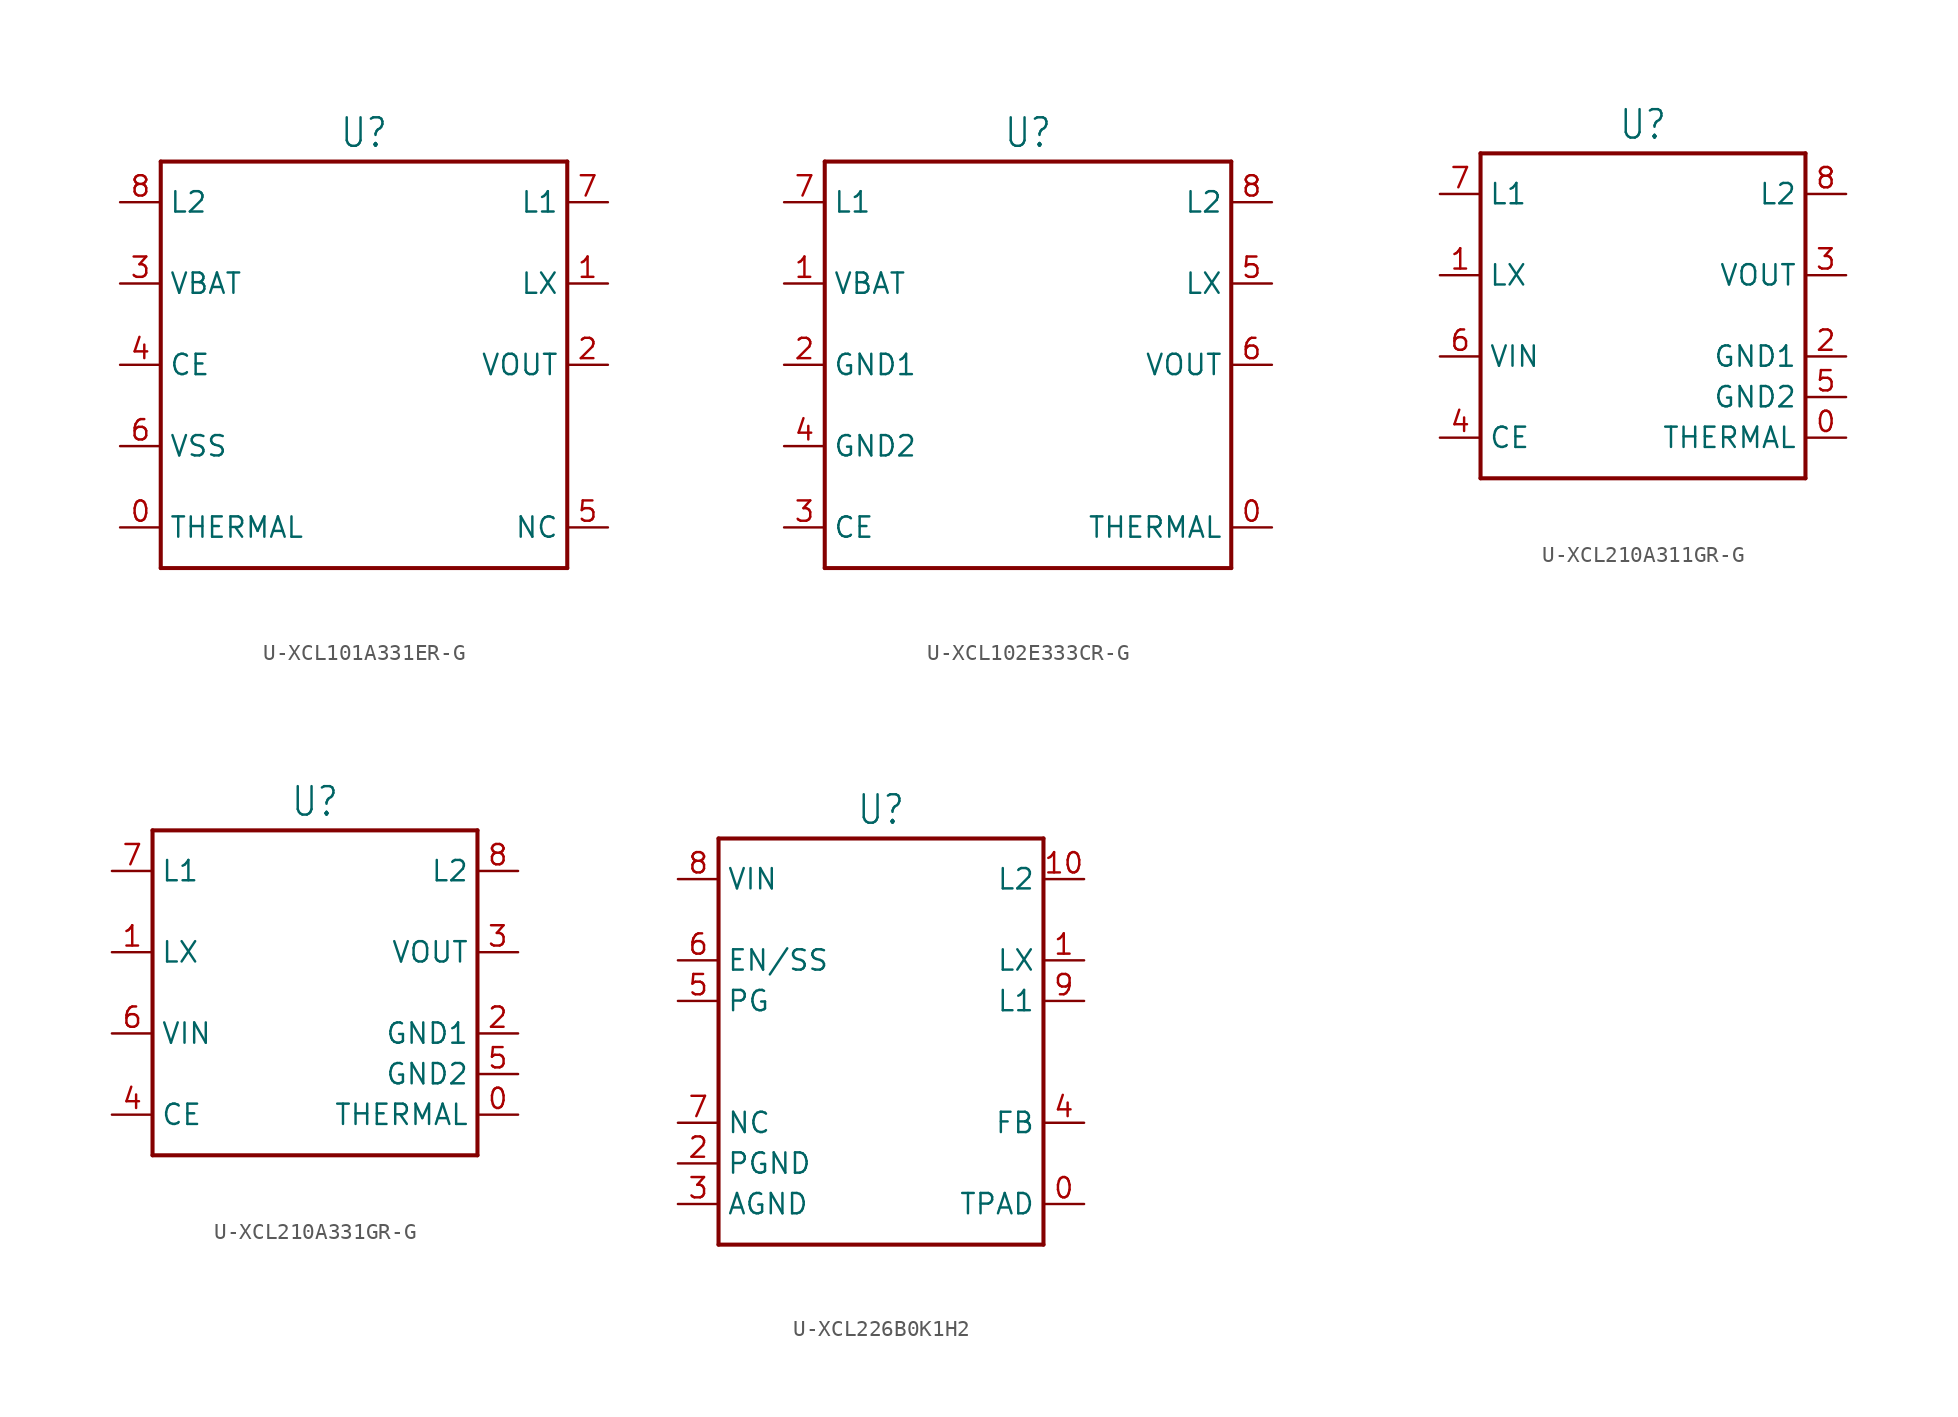
<source format=kicad_sym>
(kicad_symbol_lib
  (version 20231120)
  (generator "kicad_symbol_editor")
  (generator_version "8.0")
  (symbol "U-XCL101A331ER-G"
    (property "Reference" "U"
      (at 0 13.462 0)
      (effects (font (size 1.778 1.511)) (justify bottom)))
    (property "Value" ""
      (at 0 -13.462 0)
      (effects (font (size 1.778 1.511)) (justify top)))
    (property "ki_locked" ""
      (at 0 0 0)
      (effects (font (size 1.27 1.27))))
    (symbol "U-XCL101A331ER-G_1_0"
      (polyline (pts (xy -12.7 -12.7) (xy -12.7 12.7)) (stroke (width 0.254) (type solid)) (fill (type none)))
      (polyline (pts (xy -12.7 12.7) (xy 12.7 12.7)) (stroke (width 0.254) (type solid)) (fill (type none)))
      (polyline (pts (xy 12.7 -12.7) (xy -12.7 -12.7)) (stroke (width 0.254) (type solid)) (fill (type none)))
      (polyline (pts (xy 12.7 12.7) (xy 12.7 -12.7)) (stroke (width 0.254) (type solid)) (fill (type none)))
      (pin passive line (at -15.24 -10.16 0) (length 2.54) (name "THERMAL" (effects (font (size 1.27 1.27)))) (number "0" (effects (font (size 1.27 1.27)))))
      (pin passive line (at 15.24 5.08 180) (length 2.54) (name "LX" (effects (font (size 1.27 1.27)))) (number "1" (effects (font (size 1.27 1.27)))))
      (pin passive line (at 15.24 0 180) (length 2.54) (name "VOUT" (effects (font (size 1.27 1.27)))) (number "2" (effects (font (size 1.27 1.27)))))
      (pin passive line (at -15.24 5.08 0) (length 2.54) (name "VBAT" (effects (font (size 1.27 1.27)))) (number "3" (effects (font (size 1.27 1.27)))))
      (pin passive line (at -15.24 0 0) (length 2.54) (name "CE" (effects (font (size 1.27 1.27)))) (number "4" (effects (font (size 1.27 1.27)))))
      (pin passive line (at 15.24 -10.16 180) (length 2.54) (name "NC" (effects (font (size 1.27 1.27)))) (number "5" (effects (font (size 1.27 1.27)))))
      (pin passive line (at -15.24 -5.08 0) (length 2.54) (name "VSS" (effects (font (size 1.27 1.27)))) (number "6" (effects (font (size 1.27 1.27)))))
      (pin passive line (at 15.24 10.16 180) (length 2.54) (name "L1" (effects (font (size 1.27 1.27)))) (number "7" (effects (font (size 1.27 1.27)))))
      (pin passive line (at -15.24 10.16 0) (length 2.54) (name "L2" (effects (font (size 1.27 1.27)))) (number "8" (effects (font (size 1.27 1.27)))))))
  (symbol "U-XCL102E333CR-G"
    (property "Reference" "U"
      (at 0 13.462 0)
      (effects (font (size 1.778 1.511)) (justify bottom)))
    (property "Value" ""
      (at 0 -13.462 0)
      (effects (font (size 1.778 1.511)) (justify top)))
    (property "ki_locked" ""
      (at 0 0 0)
      (effects (font (size 1.27 1.27))))
    (symbol "U-XCL102E333CR-G_1_0"
      (polyline (pts (xy -12.7 -12.7) (xy -12.7 12.7)) (stroke (width 0.254) (type solid)) (fill (type none)))
      (polyline (pts (xy -12.7 12.7) (xy 12.7 12.7)) (stroke (width 0.254) (type solid)) (fill (type none)))
      (polyline (pts (xy 12.7 -12.7) (xy -12.7 -12.7)) (stroke (width 0.254) (type solid)) (fill (type none)))
      (polyline (pts (xy 12.7 12.7) (xy 12.7 -12.7)) (stroke (width 0.254) (type solid)) (fill (type none)))
      (pin passive line (at 15.24 -10.16 180) (length 2.54) (name "THERMAL" (effects (font (size 1.27 1.27)))) (number "0" (effects (font (size 1.27 1.27)))))
      (pin passive line (at -15.24 5.08 0) (length 2.54) (name "VBAT" (effects (font (size 1.27 1.27)))) (number "1" (effects (font (size 1.27 1.27)))))
      (pin passive line (at -15.24 0 0) (length 2.54) (name "GND1" (effects (font (size 1.27 1.27)))) (number "2" (effects (font (size 1.27 1.27)))))
      (pin passive line (at -15.24 -10.16 0) (length 2.54) (name "CE" (effects (font (size 1.27 1.27)))) (number "3" (effects (font (size 1.27 1.27)))))
      (pin passive line (at -15.24 -5.08 0) (length 2.54) (name "GND2" (effects (font (size 1.27 1.27)))) (number "4" (effects (font (size 1.27 1.27)))))
      (pin passive line (at 15.24 5.08 180) (length 2.54) (name "LX" (effects (font (size 1.27 1.27)))) (number "5" (effects (font (size 1.27 1.27)))))
      (pin passive line (at 15.24 0 180) (length 2.54) (name "VOUT" (effects (font (size 1.27 1.27)))) (number "6" (effects (font (size 1.27 1.27)))))
      (pin passive line (at -15.24 10.16 0) (length 2.54) (name "L1" (effects (font (size 1.27 1.27)))) (number "7" (effects (font (size 1.27 1.27)))))
      (pin passive line (at 15.24 10.16 180) (length 2.54) (name "L2" (effects (font (size 1.27 1.27)))) (number "8" (effects (font (size 1.27 1.27)))))))
  (symbol "U-XCL210A311GR-G"
    (property "Reference" "U"
      (at 0 10.922 0)
      (effects (font (size 1.778 1.511)) (justify bottom)))
    (property "Value" ""
      (at 0 -10.922 0)
      (effects (font (size 1.778 1.511)) (justify top)))
    (property "ki_locked" ""
      (at 0 0 0)
      (effects (font (size 1.27 1.27))))
    (symbol "U-XCL210A311GR-G_1_0"
      (polyline (pts (xy -10.16 -10.16) (xy -10.16 10.16)) (stroke (width 0.254) (type solid)) (fill (type none)))
      (polyline (pts (xy -10.16 10.16) (xy 10.16 10.16)) (stroke (width 0.254) (type solid)) (fill (type none)))
      (polyline (pts (xy 10.16 -10.16) (xy -10.16 -10.16)) (stroke (width 0.254) (type solid)) (fill (type none)))
      (polyline (pts (xy 10.16 10.16) (xy 10.16 -10.16)) (stroke (width 0.254) (type solid)) (fill (type none)))
      (pin passive line (at 12.7 -7.62 180) (length 2.54) (name "THERMAL" (effects (font (size 1.27 1.27)))) (number "0" (effects (font (size 1.27 1.27)))))
      (pin passive line (at -12.7 2.54 0) (length 2.54) (name "LX" (effects (font (size 1.27 1.27)))) (number "1" (effects (font (size 1.27 1.27)))))
      (pin passive line (at 12.7 -2.54 180) (length 2.54) (name "GND1" (effects (font (size 1.27 1.27)))) (number "2" (effects (font (size 1.27 1.27)))))
      (pin passive line (at 12.7 2.54 180) (length 2.54) (name "VOUT" (effects (font (size 1.27 1.27)))) (number "3" (effects (font (size 1.27 1.27)))))
      (pin passive line (at -12.7 -7.62 0) (length 2.54) (name "CE" (effects (font (size 1.27 1.27)))) (number "4" (effects (font (size 1.27 1.27)))))
      (pin passive line (at 12.7 -5.08 180) (length 2.54) (name "GND2" (effects (font (size 1.27 1.27)))) (number "5" (effects (font (size 1.27 1.27)))))
      (pin passive line (at -12.7 -2.54 0) (length 2.54) (name "VIN" (effects (font (size 1.27 1.27)))) (number "6" (effects (font (size 1.27 1.27)))))
      (pin passive line (at -12.7 7.62 0) (length 2.54) (name "L1" (effects (font (size 1.27 1.27)))) (number "7" (effects (font (size 1.27 1.27)))))
      (pin passive line (at 12.7 7.62 180) (length 2.54) (name "L2" (effects (font (size 1.27 1.27)))) (number "8" (effects (font (size 1.27 1.27)))))))
  (symbol "U-XCL210A331GR-G"
    (property "Reference" "U"
      (at 0 10.922 0)
      (effects (font (size 1.778 1.511)) (justify bottom)))
    (property "Value" ""
      (at 0 -10.922 0)
      (effects (font (size 1.778 1.511)) (justify top)))
    (property "ki_locked" ""
      (at 0 0 0)
      (effects (font (size 1.27 1.27))))
    (symbol "U-XCL210A331GR-G_1_0"
      (polyline (pts (xy -10.16 -10.16) (xy -10.16 10.16)) (stroke (width 0.254) (type solid)) (fill (type none)))
      (polyline (pts (xy -10.16 10.16) (xy 10.16 10.16)) (stroke (width 0.254) (type solid)) (fill (type none)))
      (polyline (pts (xy 10.16 -10.16) (xy -10.16 -10.16)) (stroke (width 0.254) (type solid)) (fill (type none)))
      (polyline (pts (xy 10.16 10.16) (xy 10.16 -10.16)) (stroke (width 0.254) (type solid)) (fill (type none)))
      (pin passive line (at 12.7 -7.62 180) (length 2.54) (name "THERMAL" (effects (font (size 1.27 1.27)))) (number "0" (effects (font (size 1.27 1.27)))))
      (pin passive line (at -12.7 2.54 0) (length 2.54) (name "LX" (effects (font (size 1.27 1.27)))) (number "1" (effects (font (size 1.27 1.27)))))
      (pin passive line (at 12.7 -2.54 180) (length 2.54) (name "GND1" (effects (font (size 1.27 1.27)))) (number "2" (effects (font (size 1.27 1.27)))))
      (pin passive line (at 12.7 2.54 180) (length 2.54) (name "VOUT" (effects (font (size 1.27 1.27)))) (number "3" (effects (font (size 1.27 1.27)))))
      (pin passive line (at -12.7 -7.62 0) (length 2.54) (name "CE" (effects (font (size 1.27 1.27)))) (number "4" (effects (font (size 1.27 1.27)))))
      (pin passive line (at 12.7 -5.08 180) (length 2.54) (name "GND2" (effects (font (size 1.27 1.27)))) (number "5" (effects (font (size 1.27 1.27)))))
      (pin passive line (at -12.7 -2.54 0) (length 2.54) (name "VIN" (effects (font (size 1.27 1.27)))) (number "6" (effects (font (size 1.27 1.27)))))
      (pin passive line (at -12.7 7.62 0) (length 2.54) (name "L1" (effects (font (size 1.27 1.27)))) (number "7" (effects (font (size 1.27 1.27)))))
      (pin passive line (at 12.7 7.62 180) (length 2.54) (name "L2" (effects (font (size 1.27 1.27)))) (number "8" (effects (font (size 1.27 1.27)))))))
  (symbol "U-XCL226B0K1H2"
    (property "Reference" "U"
      (at 0 13.462 0)
      (effects (font (size 1.778 1.511)) (justify bottom)))
    (property "Value" ""
      (at 0 -13.462 0)
      (effects (font (size 1.778 1.511)) (justify top)))
    (property "ki_locked" ""
      (at 0 0 0)
      (effects (font (size 1.27 1.27))))
    (symbol "U-XCL226B0K1H2_1_0"
      (polyline (pts (xy -10.16 -12.7) (xy -10.16 12.7)) (stroke (width 0.254) (type solid)) (fill (type none)))
      (polyline (pts (xy -10.16 12.7) (xy 10.16 12.7)) (stroke (width 0.254) (type solid)) (fill (type none)))
      (polyline (pts (xy 10.16 -12.7) (xy -10.16 -12.7)) (stroke (width 0.254) (type solid)) (fill (type none)))
      (polyline (pts (xy 10.16 12.7) (xy 10.16 -12.7)) (stroke (width 0.254) (type solid)) (fill (type none)))
      (pin passive line (at 12.7 -10.16 180) (length 2.54) (name "TPAD" (effects (font (size 1.27 1.27)))) (number "0" (effects (font (size 1.27 1.27)))))
      (pin passive line (at 12.7 5.08 180) (length 2.54) (name "LX" (effects (font (size 1.27 1.27)))) (number "1" (effects (font (size 1.27 1.27)))))
      (pin passive line (at 12.7 10.16 180) (length 2.54) (name "L2" (effects (font (size 1.27 1.27)))) (number "10" (effects (font (size 1.27 1.27)))))
      (pin passive line (at -12.7 -7.62 0) (length 2.54) (name "PGND" (effects (font (size 1.27 1.27)))) (number "2" (effects (font (size 1.27 1.27)))))
      (pin passive line (at -12.7 -10.16 0) (length 2.54) (name "AGND" (effects (font (size 1.27 1.27)))) (number "3" (effects (font (size 1.27 1.27)))))
      (pin passive line (at 12.7 -5.08 180) (length 2.54) (name "FB" (effects (font (size 1.27 1.27)))) (number "4" (effects (font (size 1.27 1.27)))))
      (pin passive line (at -12.7 2.54 0) (length 2.54) (name "PG" (effects (font (size 1.27 1.27)))) (number "5" (effects (font (size 1.27 1.27)))))
      (pin passive line (at -12.7 5.08 0) (length 2.54) (name "EN/SS" (effects (font (size 1.27 1.27)))) (number "6" (effects (font (size 1.27 1.27)))))
      (pin passive line (at -12.7 -5.08 0) (length 2.54) (name "NC" (effects (font (size 1.27 1.27)))) (number "7" (effects (font (size 1.27 1.27)))))
      (pin passive line (at -12.7 10.16 0) (length 2.54) (name "VIN" (effects (font (size 1.27 1.27)))) (number "8" (effects (font (size 1.27 1.27)))))
      (pin passive line (at 12.7 2.54 180) (length 2.54) (name "L1" (effects (font (size 1.27 1.27)))) (number "9" (effects (font (size 1.27 1.27))))))))
</source>
